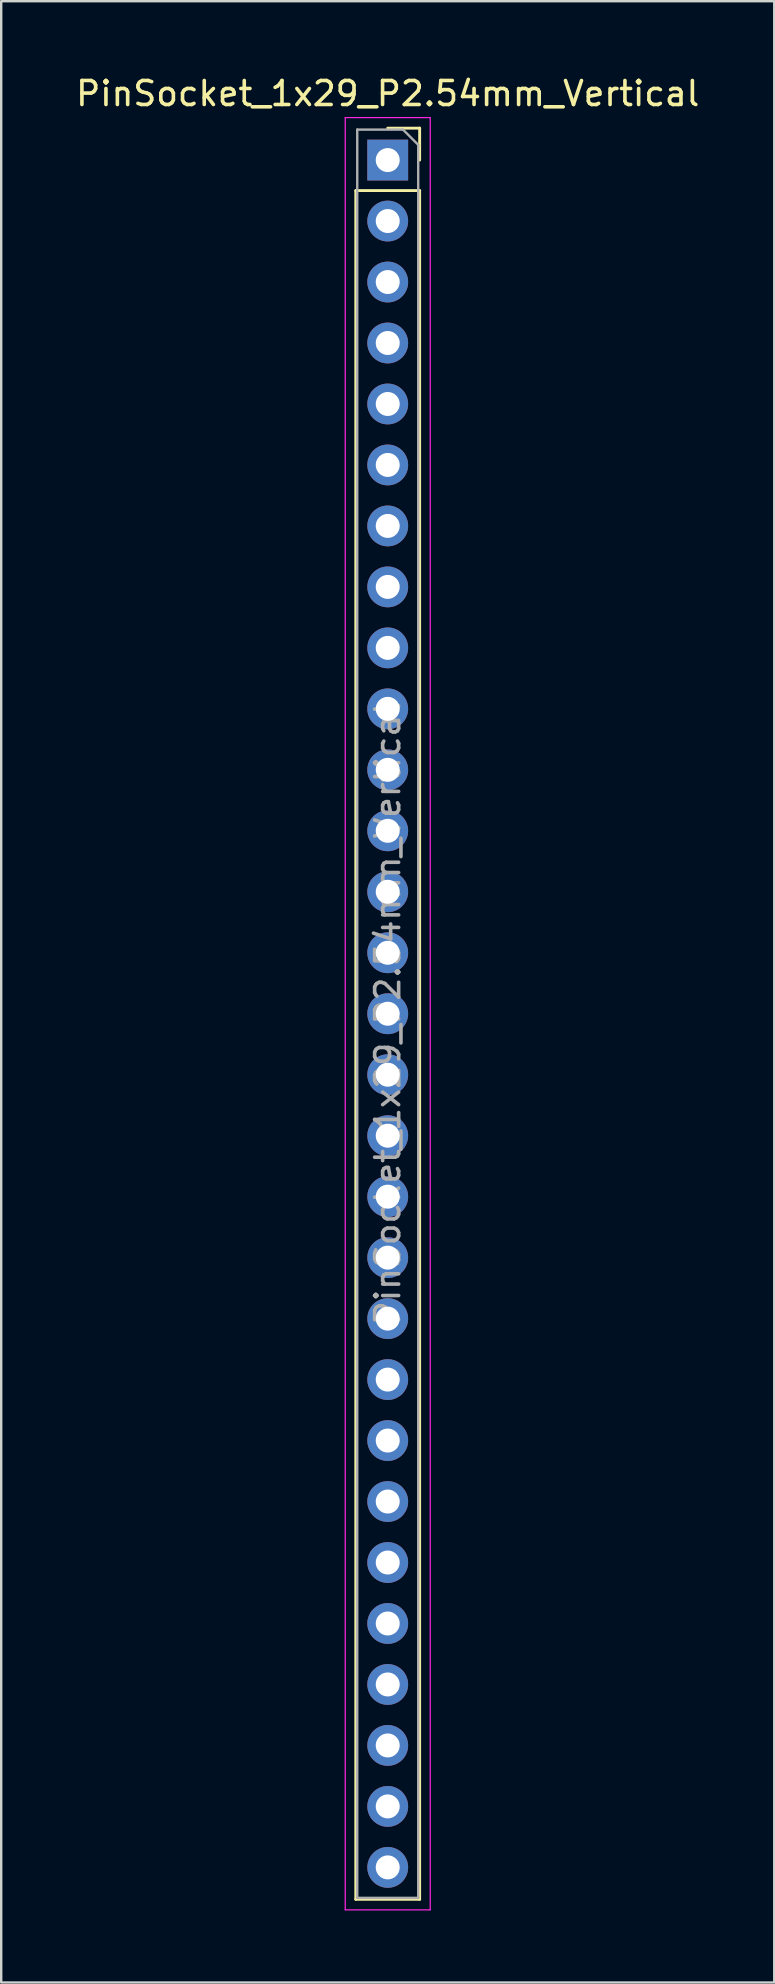
<source format=kicad_pcb>
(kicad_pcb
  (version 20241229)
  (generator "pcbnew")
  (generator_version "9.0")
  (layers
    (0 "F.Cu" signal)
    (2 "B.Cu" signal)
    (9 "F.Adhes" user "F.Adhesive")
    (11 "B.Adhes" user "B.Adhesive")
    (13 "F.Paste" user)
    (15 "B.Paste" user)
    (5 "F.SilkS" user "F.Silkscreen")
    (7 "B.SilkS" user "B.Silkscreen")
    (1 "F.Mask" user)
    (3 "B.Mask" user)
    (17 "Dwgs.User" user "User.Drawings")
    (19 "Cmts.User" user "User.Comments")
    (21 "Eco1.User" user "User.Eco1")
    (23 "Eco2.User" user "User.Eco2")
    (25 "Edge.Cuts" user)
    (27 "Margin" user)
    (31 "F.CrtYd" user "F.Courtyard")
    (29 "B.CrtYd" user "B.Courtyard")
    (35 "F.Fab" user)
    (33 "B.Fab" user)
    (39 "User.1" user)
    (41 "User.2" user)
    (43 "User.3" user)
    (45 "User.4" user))
  (footprint "PinSocket_1x29_P2.54mm_Vertical"
    (layer "F.Cu")
    (at 13.101 3.618)
    (property "Reference" "PinSocket_1x29_P2.54mm_Vertical" (at 0 -2.77 0) (layer "F.SilkS") (effects (font (size 1 1) (thickness 0.15))))
    (attr through_hole)
    (fp_line (start -1.33 1.27) (end -1.33 72.45) (stroke (width 0.12) (type solid)) (layer "F.SilkS"))
    (fp_line (start -1.33 1.27) (end 1.33 1.27) (stroke (width 0.12) (type solid)) (layer "F.SilkS"))
    (fp_line (start -1.33 72.45) (end 1.33 72.45) (stroke (width 0.12) (type solid)) (layer "F.SilkS"))
    (fp_line (start 0 -1.33) (end 1.33 -1.33) (stroke (width 0.12) (type solid)) (layer "F.SilkS"))
    (fp_line (start 1.33 -1.33) (end 1.33 0) (stroke (width 0.12) (type solid)) (layer "F.SilkS"))
    (fp_line (start 1.33 1.27) (end 1.33 72.45) (stroke (width 0.12) (type solid)) (layer "F.SilkS"))
    (fp_line (start -1.77 -1.77) (end 1.77 -1.77) (stroke (width 0.05) (type solid)) (layer "F.CrtYd"))
    (fp_line (start -1.77 72.89) (end -1.77 -1.77) (stroke (width 0.05) (type solid)) (layer "F.CrtYd"))
    (fp_line (start 1.77 -1.77) (end 1.77 72.89) (stroke (width 0.05) (type solid)) (layer "F.CrtYd"))
    (fp_line (start 1.77 72.89) (end -1.77 72.89) (stroke (width 0.05) (type solid)) (layer "F.CrtYd"))
    (fp_line (start -1.27 -1.27) (end 0.635 -1.27) (stroke (width 0.1) (type solid)) (layer "F.Fab"))
    (fp_line (start -1.27 72.39) (end -1.27 -1.27) (stroke (width 0.1) (type solid)) (layer "F.Fab"))
    (fp_line (start 0.635 -1.27) (end 1.27 -0.635) (stroke (width 0.1) (type solid)) (layer "F.Fab"))
    (fp_line (start 1.27 -0.635) (end 1.27 72.39) (stroke (width 0.1) (type solid)) (layer "F.Fab"))
    (fp_line (start 1.27 72.39) (end -1.27 72.39) (stroke (width 0.1) (type solid)) (layer "F.Fab"))
    (fp_text user "${REFERENCE}" (at 0 35.56 90) (layer "F.Fab") (effects (font (size 1 1) (thickness 0.15))))
    (pad "1" thru_hole rect (at 0 0) (size 1.7 1.7) (drill 1) (layers "*.Cu" "*.Mask"))
    (pad "2" thru_hole circle (at 0 2.54) (size 1.7 1.7) (drill 1) (layers "*.Cu" "*.Mask"))
    (pad "3" thru_hole circle (at 0 5.08) (size 1.7 1.7) (drill 1) (layers "*.Cu" "*.Mask"))
    (pad "4" thru_hole circle (at 0 7.62) (size 1.7 1.7) (drill 1) (layers "*.Cu" "*.Mask"))
    (pad "5" thru_hole circle (at 0 10.16) (size 1.7 1.7) (drill 1) (layers "*.Cu" "*.Mask"))
    (pad "6" thru_hole circle (at 0 12.7) (size 1.7 1.7) (drill 1) (layers "*.Cu" "*.Mask"))
    (pad "7" thru_hole circle (at 0 15.24) (size 1.7 1.7) (drill 1) (layers "*.Cu" "*.Mask"))
    (pad "8" thru_hole circle (at 0 17.78) (size 1.7 1.7) (drill 1) (layers "*.Cu" "*.Mask"))
    (pad "9" thru_hole circle (at 0 20.32) (size 1.7 1.7) (drill 1) (layers "*.Cu" "*.Mask"))
    (pad "10" thru_hole circle (at 0 22.86) (size 1.7 1.7) (drill 1) (layers "*.Cu" "*.Mask"))
    (pad "11" thru_hole circle (at 0 25.4) (size 1.7 1.7) (drill 1) (layers "*.Cu" "*.Mask"))
    (pad "12" thru_hole circle (at 0 27.94) (size 1.7 1.7) (drill 1) (layers "*.Cu" "*.Mask"))
    (pad "13" thru_hole circle (at 0 30.48) (size 1.7 1.7) (drill 1) (layers "*.Cu" "*.Mask"))
    (pad "14" thru_hole circle (at 0 33.02) (size 1.7 1.7) (drill 1) (layers "*.Cu" "*.Mask"))
    (pad "15" thru_hole circle (at 0 35.56) (size 1.7 1.7) (drill 1) (layers "*.Cu" "*.Mask"))
    (pad "16" thru_hole circle (at 0 38.1) (size 1.7 1.7) (drill 1) (layers "*.Cu" "*.Mask"))
    (pad "17" thru_hole circle (at 0 40.64) (size 1.7 1.7) (drill 1) (layers "*.Cu" "*.Mask"))
    (pad "18" thru_hole circle (at 0 43.18) (size 1.7 1.7) (drill 1) (layers "*.Cu" "*.Mask"))
    (pad "19" thru_hole circle (at 0 45.72) (size 1.7 1.7) (drill 1) (layers "*.Cu" "*.Mask"))
    (pad "20" thru_hole circle (at 0 48.26) (size 1.7 1.7) (drill 1) (layers "*.Cu" "*.Mask"))
    (pad "21" thru_hole circle (at 0 50.8) (size 1.7 1.7) (drill 1) (layers "*.Cu" "*.Mask"))
    (pad "22" thru_hole circle (at 0 53.34) (size 1.7 1.7) (drill 1) (layers "*.Cu" "*.Mask"))
    (pad "23" thru_hole circle (at 0 55.88) (size 1.7 1.7) (drill 1) (layers "*.Cu" "*.Mask"))
    (pad "24" thru_hole circle (at 0 58.42) (size 1.7 1.7) (drill 1) (layers "*.Cu" "*.Mask"))
    (pad "25" thru_hole circle (at 0 60.96) (size 1.7 1.7) (drill 1) (layers "*.Cu" "*.Mask"))
    (pad "26" thru_hole circle (at 0 63.5) (size 1.7 1.7) (drill 1) (layers "*.Cu" "*.Mask"))
    (pad "27" thru_hole circle (at 0 66.04) (size 1.7 1.7) (drill 1) (layers "*.Cu" "*.Mask"))
    (pad "28" thru_hole circle (at 0 68.58) (size 1.7 1.7) (drill 1) (layers "*.Cu" "*.Mask"))
    (pad "29" thru_hole circle (at 0 71.12) (size 1.7 1.7) (drill 1) (layers "*.Cu" "*.Mask")))
  (gr_rect
    (start -3 -3)
    (end 29.202 79.533)
    (stroke (width 0.1) (type default))
    (fill no)
    (layer "Edge.Cuts")))
</source>
